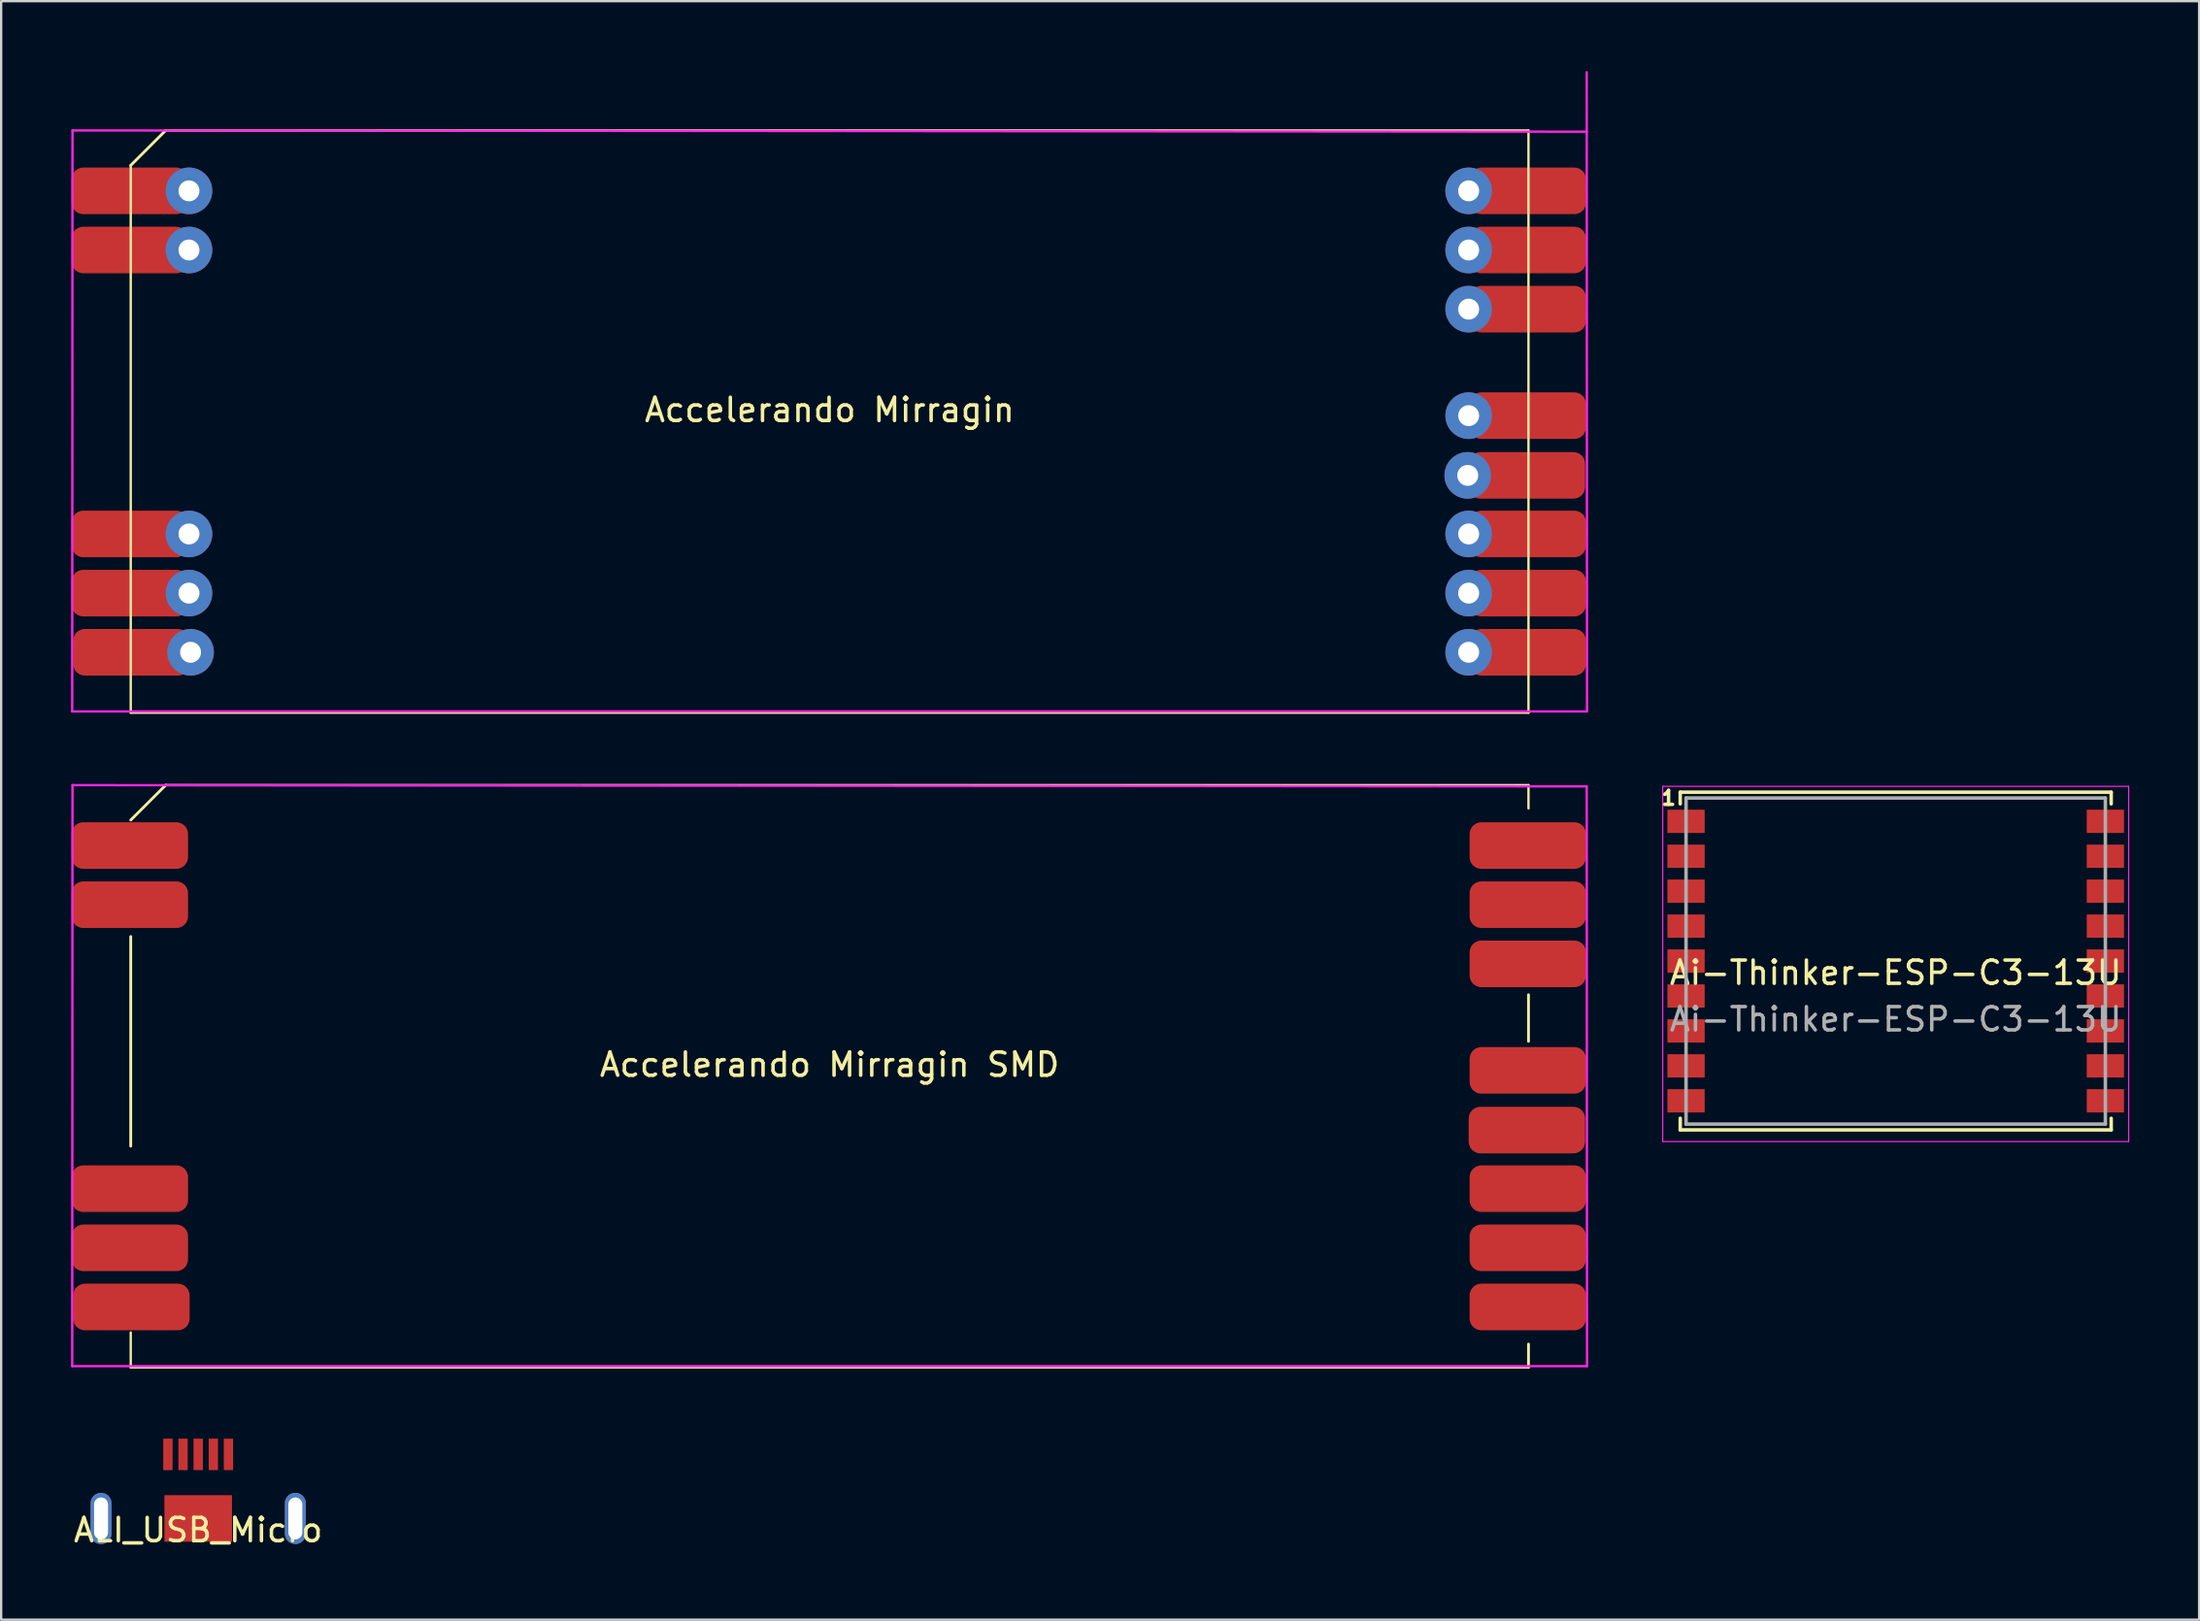
<source format=kicad_pcb>
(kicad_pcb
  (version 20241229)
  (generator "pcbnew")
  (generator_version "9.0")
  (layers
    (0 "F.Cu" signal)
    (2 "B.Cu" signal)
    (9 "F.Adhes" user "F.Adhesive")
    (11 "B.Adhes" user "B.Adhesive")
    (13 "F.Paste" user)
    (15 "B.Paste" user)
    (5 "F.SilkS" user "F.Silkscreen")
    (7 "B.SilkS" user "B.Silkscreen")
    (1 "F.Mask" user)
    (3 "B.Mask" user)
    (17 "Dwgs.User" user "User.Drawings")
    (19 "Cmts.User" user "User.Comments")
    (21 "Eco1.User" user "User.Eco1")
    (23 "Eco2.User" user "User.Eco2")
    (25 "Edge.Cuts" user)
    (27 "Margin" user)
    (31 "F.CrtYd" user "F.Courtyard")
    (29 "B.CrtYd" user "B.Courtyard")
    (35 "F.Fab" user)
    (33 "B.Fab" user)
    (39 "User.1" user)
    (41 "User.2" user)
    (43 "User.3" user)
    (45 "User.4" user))
  (footprint "Ai-Thinker-ESP-C3-13U"
    (placed yes)
    (layer "F.Cu")
    (at 78.325 39.714)
    (property "Reference" "Ai-Thinker-ESP-C3-13U" (at 0 -1 0) (layer "F.SilkS") (effects (font (size 1 1) (thickness 0.15))))
    (attr smd)
    (fp_line (start -9.25 -8.75) (end 9.25 -8.75) (stroke (width 0.15) (type solid)) (layer "F.SilkS"))
    (fp_line (start -9.25 -8.25) (end -9.25 -8.75) (stroke (width 0.15) (type solid)) (layer "F.SilkS"))
    (fp_line (start -9.25 5.25) (end -9.25 5.75) (stroke (width 0.15) (type solid)) (layer "F.SilkS"))
    (fp_line (start -9.25 5.75) (end 9.25 5.75) (stroke (width 0.15) (type solid)) (layer "F.SilkS"))
    (fp_line (start 9.25 -8.75) (end 9.25 -8.25) (stroke (width 0.15) (type solid)) (layer "F.SilkS"))
    (fp_line (start 9.25 5.75) (end 9.25 5.25) (stroke (width 0.15) (type solid)) (layer "F.SilkS"))
    (fp_line (start -10 -9) (end 10 -9) (stroke (width 0.05) (type solid)) (layer "F.CrtYd"))
    (fp_line (start -10 6.25) (end -10 -9) (stroke (width 0.05) (type solid)) (layer "F.CrtYd"))
    (fp_line (start 10 -9) (end 10 6.25) (stroke (width 0.05) (type solid)) (layer "F.CrtYd"))
    (fp_line (start 10 6.25) (end -10 6.25) (stroke (width 0.05) (type solid)) (layer "F.CrtYd"))
    (fp_line (start -9 -8.5) (end 9 -8.5) (stroke (width 0.15) (type solid)) (layer "F.Fab"))
    (fp_line (start -9 5.5) (end -9 -8.5) (stroke (width 0.15) (type solid)) (layer "F.Fab"))
    (fp_line (start 9 -8.5) (end 9 5.5) (stroke (width 0.15) (type solid)) (layer "F.Fab"))
    (fp_line (start 9 5.5) (end -9 5.5) (stroke (width 0.15) (type solid)) (layer "F.Fab"))
    (fp_text user "1" (at -9.75 -8.5 0) (unlocked yes) (layer "F.SilkS") (effects (font (size 0.6 0.6) (thickness 0.15))))
    (fp_text user "${REFERENCE}" (at 0 1 0) (layer "F.Fab") (effects (font (size 1 1) (thickness 0.15))))
    (pad "1" smd rect (at -9 -7.5) (size 1.6 1) (layers "F.Cu" "F.Mask" "F.Paste"))
    (pad "2" smd rect (at -9 -6) (size 1.6 1) (layers "F.Cu" "F.Mask" "F.Paste"))
    (pad "3" smd rect (at -9 -4.5) (size 1.6 1) (layers "F.Cu" "F.Mask" "F.Paste"))
    (pad "4" smd rect (at -9 -3) (size 1.6 1) (layers "F.Cu" "F.Mask" "F.Paste"))
    (pad "5" smd rect (at -9 -1.5) (size 1.6 1) (layers "F.Cu" "F.Mask" "F.Paste"))
    (pad "6" smd rect (at -9 0) (size 1.6 1) (layers "F.Cu" "F.Mask" "F.Paste"))
    (pad "7" smd rect (at -9 1.5) (size 1.6 1) (layers "F.Cu" "F.Mask" "F.Paste"))
    (pad "8" smd rect (at -9 3) (size 1.6 1) (layers "F.Cu" "F.Mask" "F.Paste"))
    (pad "9" smd rect (at -9 4.5) (size 1.6 1) (layers "F.Cu" "F.Mask" "F.Paste"))
    (pad "10" smd rect (at 9 4.5) (size 1.6 1) (layers "F.Cu" "F.Mask" "F.Paste"))
    (pad "11" smd rect (at 9 3) (size 1.6 1) (layers "F.Cu" "F.Mask" "F.Paste"))
    (pad "12" smd rect (at 9 1.5) (size 1.6 1) (layers "F.Cu" "F.Mask" "F.Paste"))
    (pad "13" smd rect (at 9 0) (size 1.6 1) (layers "F.Cu" "F.Mask" "F.Paste"))
    (pad "14" smd rect (at 9 -1.5) (size 1.6 1) (layers "F.Cu" "F.Mask" "F.Paste"))
    (pad "15" smd rect (at 9 -3) (size 1.6 1) (layers "F.Cu" "F.Mask" "F.Paste"))
    (pad "16" smd rect (at 9 -4.5) (size 1.6 1) (layers "F.Cu" "F.Mask" "F.Paste"))
    (pad "17" smd rect (at 9 -6) (size 1.6 1) (layers "F.Cu" "F.Mask" "F.Paste"))
    (pad "18" smd rect (at 9 -7.5) (size 1.6 1) (layers "F.Cu" "F.Mask" "F.Paste")))
  (footprint "ALI_USB_Micro"
    (layer "F.Cu")
    (at 5.458 62.145)
    (property "Reference" "ALI_USB_Micro" (at 0 0.5 0) (layer "F.SilkS") (effects (font (size 1 1) (thickness 0.15))))
    (attr through_hole)
    (pad "" thru_hole oval (at -4.17 0) (size 0.9 2.2) (drill oval 0.6 1.8) (layers "*.Cu" "*.Mask"))
    (pad "" smd rect (at 0 0) (size 2.9 2) (layers "F.Cu" "F.Mask" "F.Paste"))
    (pad "" thru_hole oval (at 4.17 0) (size 0.9 2.2) (drill oval 0.6 1.8) (layers "*.Cu" "*.Mask"))
    (pad "1" smd rect (at 1.3 -2.75) (size 0.4 1.35) (layers "F.Cu" "F.Mask" "F.Paste"))
    (pad "2" smd rect (at 0.65 -2.75) (size 0.4 1.35) (layers "F.Cu" "F.Mask" "F.Paste"))
    (pad "3" smd rect (at 0 -2.75) (size 0.4 1.35) (layers "F.Cu" "F.Mask" "F.Paste"))
    (pad "4" smd rect (at -0.65 -2.75) (size 0.4 1.35) (layers "F.Cu" "F.Mask" "F.Paste"))
    (pad "5" smd rect (at -1.3 -2.75) (size 0.4 1.35) (layers "F.Cu" "F.Mask" "F.Paste")))
  (footprint "Accelerando Mirragin"
    (layer "F.Cu")
    (at 32.562 15.05)
    (property "Reference" "Accelerando Mirragin" (at 0 -0.5 0) (unlocked yes) (layer "F.SilkS") (effects (font (size 1 1) (thickness 0.15))))
    (attr smd)
    (fp_line (start -30 -11) (end -30 12.5) (stroke (width 0.1) (type solid)) (layer "F.SilkS"))
    (fp_line (start -30 -11) (end -28.5 -12.5) (stroke (width 0.12) (type solid)) (layer "F.SilkS"))
    (fp_line (start -30 12.5) (end 30 12.5) (stroke (width 0.1) (type solid)) (layer "F.SilkS"))
    (fp_line (start 30 -12.5) (end -28.5 -12.5) (stroke (width 0.1) (type solid)) (layer "F.SilkS"))
    (fp_line (start 30 12.5) (end 30 -12.5) (stroke (width 0.1) (type solid)) (layer "F.SilkS"))
    (fp_line (start -32.512 12.446) (end 32.512 12.446) (stroke (width 0.1) (type solid)) (layer "F.CrtYd"))
    (fp_line (start -32.5 -12.5) (end -32.512 12.446) (stroke (width 0.1) (type solid)) (layer "F.CrtYd"))
    (fp_line (start 32.5 -12.446) (end -32.5 -12.5) (stroke (width 0.1) (type solid)) (layer "F.CrtYd"))
    (fp_line (start 32.512 12.446) (end 32.5 -15) (stroke (width 0.1) (type solid)) (layer "F.CrtYd"))
    (pad "1" smd roundrect (at -30.04 -9.906) (size 5 2) (layers "F.Cu" "F.Mask" "F.Paste") (roundrect_rratio 0.25))
    (pad "1" thru_hole oval (at -27.5 -9.906) (size 2 2) (drill 0.9) (layers "*.Cu" "*.Mask"))
    (pad "2" smd roundrect (at -30.04 -7.366) (size 5 2) (layers "F.Cu" "F.Mask" "F.Paste") (roundrect_rratio 0.25))
    (pad "2" thru_hole oval (at -27.5 -7.366) (size 2 2) (drill 0.9) (layers "*.Cu" "*.Mask"))
    (pad "3" smd roundrect (at -30.04 4.826) (size 5 2) (layers "F.Cu" "F.Mask" "F.Paste") (roundrect_rratio 0.25))
    (pad "3" thru_hole oval (at -27.5 4.826) (size 2 2) (drill 0.9) (layers "*.Cu" "*.Mask"))
    (pad "4" smd roundrect (at -30.04 7.366) (size 5 2) (layers "F.Cu" "F.Mask" "F.Paste") (roundrect_rratio 0.25))
    (pad "4" thru_hole oval (at -27.5 7.366) (size 2 2) (drill 0.9) (layers "*.Cu" "*.Mask"))
    (pad "5" smd roundrect (at -29.972 9.906) (size 5 2) (layers "F.Cu" "F.Mask" "F.Paste") (roundrect_rratio 0.25))
    (pad "5" thru_hole oval (at -27.432 9.906) (size 2 2) (drill 0.9) (layers "*.Cu" "*.Mask"))
    (pad "6" thru_hole oval (at 27.432 9.906 180) (size 2 2) (drill 0.9) (layers "*.Cu" "*.Mask"))
    (pad "6" smd roundrect (at 29.972 9.906 180) (size 5 2) (layers "F.Cu" "F.Mask" "F.Paste") (roundrect_rratio 0.25))
    (pad "7" thru_hole oval (at 27.432 7.366 180) (size 2 2) (drill 0.9) (layers "*.Cu" "*.Mask"))
    (pad "7" smd roundrect (at 29.972 7.366 180) (size 5 2) (layers "F.Cu" "F.Mask" "F.Paste") (roundrect_rratio 0.25))
    (pad "8" thru_hole oval (at 27.432 4.826 180) (size 2 2) (drill 0.9) (layers "*.Cu" "*.Mask"))
    (pad "8" smd roundrect (at 29.972 4.826 180) (size 5 2) (layers "F.Cu" "F.Mask" "F.Paste") (roundrect_rratio 0.25))
    (pad "9" thru_hole oval (at 27.392 2.311) (size 2 2) (drill 0.9) (layers "*.Cu" "*.Mask"))
    (pad "9" smd roundrect (at 29.932 2.311) (size 5 2) (layers "F.Cu" "F.Mask" "F.Paste") (roundrect_rratio 0.25))
    (pad "10" thru_hole oval (at 27.432 -0.254) (size 2 2) (drill 0.9) (layers "*.Cu" "*.Mask"))
    (pad "10" smd roundrect (at 29.972 -0.254) (size 5 2) (layers "F.Cu" "F.Mask" "F.Paste") (roundrect_rratio 0.25))
    (pad "11" thru_hole oval (at 27.432 -4.826) (size 2 2) (drill 0.9) (layers "*.Cu" "*.Mask"))
    (pad "11" smd roundrect (at 29.972 -4.826) (size 5 2) (layers "F.Cu" "F.Mask" "F.Paste") (roundrect_rratio 0.25))
    (pad "12" thru_hole oval (at 27.432 -7.366) (size 2 2) (drill 0.9) (layers "*.Cu" "*.Mask"))
    (pad "12" smd roundrect (at 29.972 -7.366) (size 5 2) (layers "F.Cu" "F.Mask" "F.Paste") (roundrect_rratio 0.25))
    (pad "13" thru_hole oval (at 27.432 -9.906) (size 2 2) (drill 0.9) (layers "*.Cu" "*.Mask"))
    (pad "13" smd roundrect (at 29.972 -9.906) (size 5 2) (layers "F.Cu" "F.Mask" "F.Paste") (roundrect_rratio 0.25)))
  (footprint "Accelerando Mirragin SMD"
    (layer "F.Cu")
    (at 32.562 43.16)
    (property "Reference" "Accelerando Mirragin SMD" (at 0 -0.5 0) (unlocked yes) (layer "F.SilkS") (effects (font (size 1 1) (thickness 0.15))))
    (attr smd)
    (fp_line (start -30 -11) (end -28.5 -12.5) (stroke (width 0.12) (type solid)) (layer "F.SilkS"))
    (fp_line (start -30 3) (end -30 -6) (stroke (width 0.12) (type solid)) (layer "F.SilkS"))
    (fp_line (start -30 11) (end -30 12.5) (stroke (width 0.1) (type solid)) (layer "F.SilkS"))
    (fp_line (start -30 12.5) (end 30 12.5) (stroke (width 0.1) (type solid)) (layer "F.SilkS"))
    (fp_line (start 30 -12.5) (end -28.5 -12.5) (stroke (width 0.1) (type solid)) (layer "F.SilkS"))
    (fp_line (start 30 -11.5) (end 30 -12.5) (stroke (width 0.1) (type solid)) (layer "F.SilkS"))
    (fp_line (start 30 -3.5) (end 30 -1.5) (stroke (width 0.12) (type solid)) (layer "F.SilkS"))
    (fp_line (start 30 12.5) (end 30 11.5) (stroke (width 0.12) (type solid)) (layer "F.SilkS"))
    (fp_line (start -32.512 12.446) (end 32.512 12.446) (stroke (width 0.1) (type solid)) (layer "F.CrtYd"))
    (fp_line (start -32.5 -12.5) (end -32.512 12.446) (stroke (width 0.1) (type solid)) (layer "F.CrtYd"))
    (fp_line (start 32.5 -12.446) (end -32.5 -12.5) (stroke (width 0.1) (type solid)) (layer "F.CrtYd"))
    (fp_line (start 32.512 12.446) (end 32.5 -12.446) (stroke (width 0.1) (type solid)) (layer "F.CrtYd"))
    (pad "1" smd roundrect (at -30.04 -9.906) (size 5 2) (layers "F.Cu" "F.Mask" "F.Paste") (roundrect_rratio 0.25))
    (pad "2" smd roundrect (at -30.04 -7.366) (size 5 2) (layers "F.Cu" "F.Mask" "F.Paste") (roundrect_rratio 0.25))
    (pad "3" smd roundrect (at -30.04 4.826) (size 5 2) (layers "F.Cu" "F.Mask" "F.Paste") (roundrect_rratio 0.25))
    (pad "4" smd roundrect (at -30.04 7.366) (size 5 2) (layers "F.Cu" "F.Mask" "F.Paste") (roundrect_rratio 0.25))
    (pad "5" smd roundrect (at -29.972 9.906) (size 5 2) (layers "F.Cu" "F.Mask" "F.Paste") (roundrect_rratio 0.25))
    (pad "6" smd roundrect (at 29.972 9.906 180) (size 5 2) (layers "F.Cu" "F.Mask" "F.Paste") (roundrect_rratio 0.25))
    (pad "7" smd roundrect (at 29.972 7.366 180) (size 5 2) (layers "F.Cu" "F.Mask" "F.Paste") (roundrect_rratio 0.25))
    (pad "8" smd roundrect (at 29.972 4.826 180) (size 5 2) (layers "F.Cu" "F.Mask" "F.Paste") (roundrect_rratio 0.25))
    (pad "9" smd roundrect (at 29.932 2.311) (size 5 2) (layers "F.Cu" "F.Mask" "F.Paste") (roundrect_rratio 0.25))
    (pad "10" smd roundrect (at 29.972 -0.254) (size 5 2) (layers "F.Cu" "F.Mask" "F.Paste") (roundrect_rratio 0.25))
    (pad "11" smd roundrect (at 29.972 -4.826) (size 5 2) (layers "F.Cu" "F.Mask" "F.Paste") (roundrect_rratio 0.25))
    (pad "12" smd roundrect (at 29.972 -7.366) (size 5 2) (layers "F.Cu" "F.Mask" "F.Paste") (roundrect_rratio 0.25))
    (pad "13" smd roundrect (at 29.972 -9.906) (size 5 2) (layers "F.Cu" "F.Mask" "F.Paste") (roundrect_rratio 0.25)))
  (gr_rect
    (start -3 -3)
    (end 91.35 66.493)
    (stroke (width 0.1) (type default))
    (fill no)
    (layer "Edge.Cuts")))
</source>
